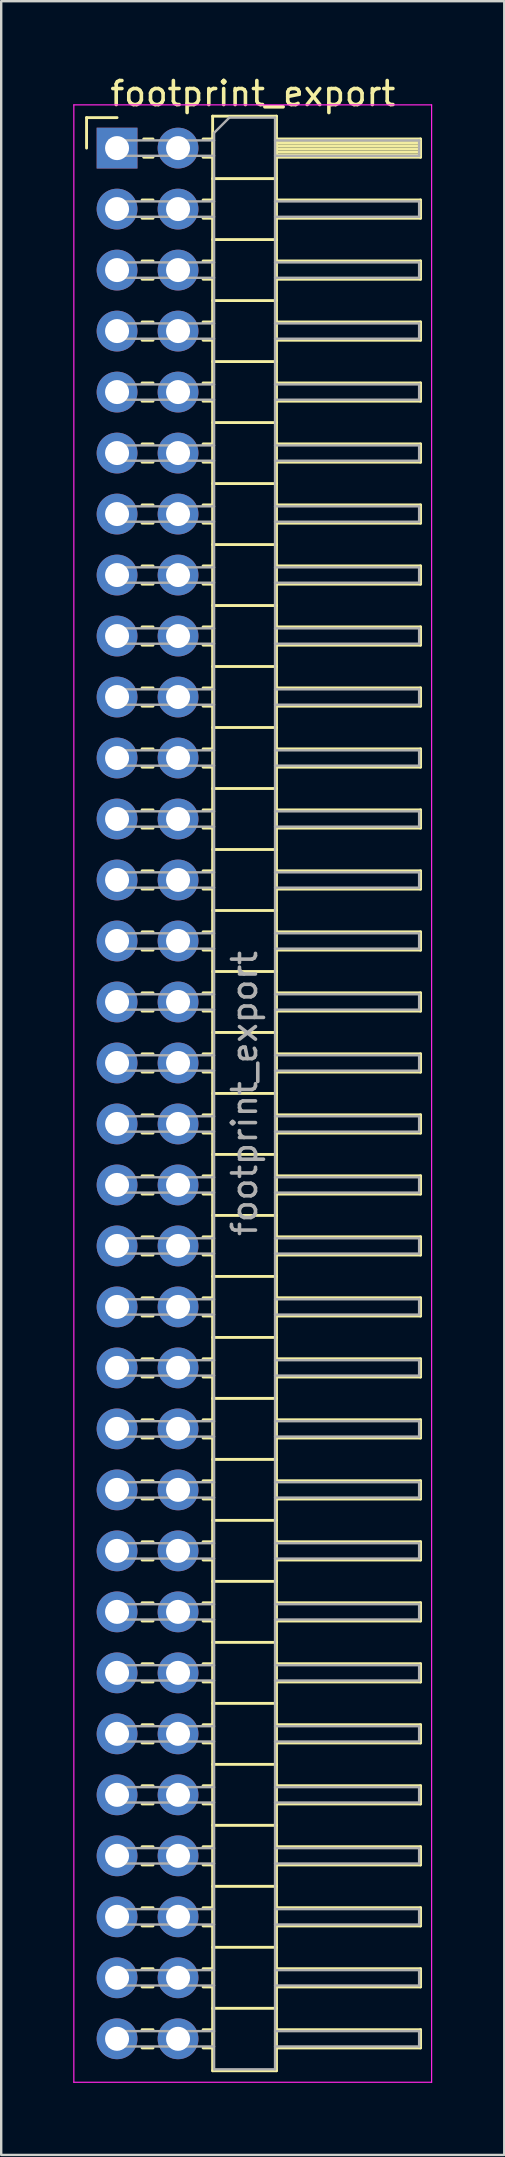
<source format=kicad_pcb>
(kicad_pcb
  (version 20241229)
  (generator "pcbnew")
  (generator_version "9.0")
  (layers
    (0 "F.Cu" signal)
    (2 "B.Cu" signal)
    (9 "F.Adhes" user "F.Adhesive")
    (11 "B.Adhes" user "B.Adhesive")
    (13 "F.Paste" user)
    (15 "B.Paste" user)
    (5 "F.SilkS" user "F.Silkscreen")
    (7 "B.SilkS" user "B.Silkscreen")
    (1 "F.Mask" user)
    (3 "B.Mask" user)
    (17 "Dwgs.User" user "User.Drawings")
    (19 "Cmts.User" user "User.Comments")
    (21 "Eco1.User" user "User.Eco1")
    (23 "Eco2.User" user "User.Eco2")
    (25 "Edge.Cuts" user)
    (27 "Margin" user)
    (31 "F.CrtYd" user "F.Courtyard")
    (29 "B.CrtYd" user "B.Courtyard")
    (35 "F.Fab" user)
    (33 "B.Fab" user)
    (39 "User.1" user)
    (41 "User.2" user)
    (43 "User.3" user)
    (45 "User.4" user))
  (footprint "footprint_export"
    (layer "F.Cu")
    (at 1.825 3.118)
    (property "Reference" "footprint_export" (at 5.655 -2.27 0) (layer "F.SilkS") (effects (font (size 1 1) (thickness 0.15))))
    (attr through_hole)
    (fp_line (start -1.27 -1.27) (end 0 -1.27) (stroke (width 0.12) (type solid)) (layer "F.SilkS"))
    (fp_line (start -1.27 0) (end -1.27 -1.27) (stroke (width 0.12) (type solid)) (layer "F.SilkS"))
    (fp_line (start 1.043 2.16) (end 1.497 2.16) (stroke (width 0.12) (type solid)) (layer "F.SilkS"))
    (fp_line (start 1.043 2.92) (end 1.497 2.92) (stroke (width 0.12) (type solid)) (layer "F.SilkS"))
    (fp_line (start 1.043 4.7) (end 1.497 4.7) (stroke (width 0.12) (type solid)) (layer "F.SilkS"))
    (fp_line (start 1.043 5.46) (end 1.497 5.46) (stroke (width 0.12) (type solid)) (layer "F.SilkS"))
    (fp_line (start 1.043 7.24) (end 1.497 7.24) (stroke (width 0.12) (type solid)) (layer "F.SilkS"))
    (fp_line (start 1.043 8) (end 1.497 8) (stroke (width 0.12) (type solid)) (layer "F.SilkS"))
    (fp_line (start 1.043 9.78) (end 1.497 9.78) (stroke (width 0.12) (type solid)) (layer "F.SilkS"))
    (fp_line (start 1.043 10.54) (end 1.497 10.54) (stroke (width 0.12) (type solid)) (layer "F.SilkS"))
    (fp_line (start 1.043 12.32) (end 1.497 12.32) (stroke (width 0.12) (type solid)) (layer "F.SilkS"))
    (fp_line (start 1.043 13.08) (end 1.497 13.08) (stroke (width 0.12) (type solid)) (layer "F.SilkS"))
    (fp_line (start 1.043 14.86) (end 1.497 14.86) (stroke (width 0.12) (type solid)) (layer "F.SilkS"))
    (fp_line (start 1.043 15.62) (end 1.497 15.62) (stroke (width 0.12) (type solid)) (layer "F.SilkS"))
    (fp_line (start 1.043 17.4) (end 1.497 17.4) (stroke (width 0.12) (type solid)) (layer "F.SilkS"))
    (fp_line (start 1.043 18.16) (end 1.497 18.16) (stroke (width 0.12) (type solid)) (layer "F.SilkS"))
    (fp_line (start 1.043 19.94) (end 1.497 19.94) (stroke (width 0.12) (type solid)) (layer "F.SilkS"))
    (fp_line (start 1.043 20.7) (end 1.497 20.7) (stroke (width 0.12) (type solid)) (layer "F.SilkS"))
    (fp_line (start 1.043 22.48) (end 1.497 22.48) (stroke (width 0.12) (type solid)) (layer "F.SilkS"))
    (fp_line (start 1.043 23.24) (end 1.497 23.24) (stroke (width 0.12) (type solid)) (layer "F.SilkS"))
    (fp_line (start 1.043 25.02) (end 1.497 25.02) (stroke (width 0.12) (type solid)) (layer "F.SilkS"))
    (fp_line (start 1.043 25.78) (end 1.497 25.78) (stroke (width 0.12) (type solid)) (layer "F.SilkS"))
    (fp_line (start 1.043 27.56) (end 1.497 27.56) (stroke (width 0.12) (type solid)) (layer "F.SilkS"))
    (fp_line (start 1.043 28.32) (end 1.497 28.32) (stroke (width 0.12) (type solid)) (layer "F.SilkS"))
    (fp_line (start 1.043 30.1) (end 1.497 30.1) (stroke (width 0.12) (type solid)) (layer "F.SilkS"))
    (fp_line (start 1.043 30.86) (end 1.497 30.86) (stroke (width 0.12) (type solid)) (layer "F.SilkS"))
    (fp_line (start 1.043 32.64) (end 1.497 32.64) (stroke (width 0.12) (type solid)) (layer "F.SilkS"))
    (fp_line (start 1.043 33.4) (end 1.497 33.4) (stroke (width 0.12) (type solid)) (layer "F.SilkS"))
    (fp_line (start 1.043 35.18) (end 1.497 35.18) (stroke (width 0.12) (type solid)) (layer "F.SilkS"))
    (fp_line (start 1.043 35.94) (end 1.497 35.94) (stroke (width 0.12) (type solid)) (layer "F.SilkS"))
    (fp_line (start 1.043 37.72) (end 1.497 37.72) (stroke (width 0.12) (type solid)) (layer "F.SilkS"))
    (fp_line (start 1.043 38.48) (end 1.497 38.48) (stroke (width 0.12) (type solid)) (layer "F.SilkS"))
    (fp_line (start 1.043 40.26) (end 1.497 40.26) (stroke (width 0.12) (type solid)) (layer "F.SilkS"))
    (fp_line (start 1.043 41.02) (end 1.497 41.02) (stroke (width 0.12) (type solid)) (layer "F.SilkS"))
    (fp_line (start 1.043 42.8) (end 1.497 42.8) (stroke (width 0.12) (type solid)) (layer "F.SilkS"))
    (fp_line (start 1.043 43.56) (end 1.497 43.56) (stroke (width 0.12) (type solid)) (layer "F.SilkS"))
    (fp_line (start 1.043 45.34) (end 1.497 45.34) (stroke (width 0.12) (type solid)) (layer "F.SilkS"))
    (fp_line (start 1.043 46.1) (end 1.497 46.1) (stroke (width 0.12) (type solid)) (layer "F.SilkS"))
    (fp_line (start 1.043 47.88) (end 1.497 47.88) (stroke (width 0.12) (type solid)) (layer "F.SilkS"))
    (fp_line (start 1.043 48.64) (end 1.497 48.64) (stroke (width 0.12) (type solid)) (layer "F.SilkS"))
    (fp_line (start 1.043 50.42) (end 1.497 50.42) (stroke (width 0.12) (type solid)) (layer "F.SilkS"))
    (fp_line (start 1.043 51.18) (end 1.497 51.18) (stroke (width 0.12) (type solid)) (layer "F.SilkS"))
    (fp_line (start 1.043 52.96) (end 1.497 52.96) (stroke (width 0.12) (type solid)) (layer "F.SilkS"))
    (fp_line (start 1.043 53.72) (end 1.497 53.72) (stroke (width 0.12) (type solid)) (layer "F.SilkS"))
    (fp_line (start 1.043 55.5) (end 1.497 55.5) (stroke (width 0.12) (type solid)) (layer "F.SilkS"))
    (fp_line (start 1.043 56.26) (end 1.497 56.26) (stroke (width 0.12) (type solid)) (layer "F.SilkS"))
    (fp_line (start 1.043 58.04) (end 1.497 58.04) (stroke (width 0.12) (type solid)) (layer "F.SilkS"))
    (fp_line (start 1.043 58.8) (end 1.497 58.8) (stroke (width 0.12) (type solid)) (layer "F.SilkS"))
    (fp_line (start 1.043 60.58) (end 1.497 60.58) (stroke (width 0.12) (type solid)) (layer "F.SilkS"))
    (fp_line (start 1.043 61.34) (end 1.497 61.34) (stroke (width 0.12) (type solid)) (layer "F.SilkS"))
    (fp_line (start 1.043 63.12) (end 1.497 63.12) (stroke (width 0.12) (type solid)) (layer "F.SilkS"))
    (fp_line (start 1.043 63.88) (end 1.497 63.88) (stroke (width 0.12) (type solid)) (layer "F.SilkS"))
    (fp_line (start 1.043 65.66) (end 1.497 65.66) (stroke (width 0.12) (type solid)) (layer "F.SilkS"))
    (fp_line (start 1.043 66.42) (end 1.497 66.42) (stroke (width 0.12) (type solid)) (layer "F.SilkS"))
    (fp_line (start 1.043 68.2) (end 1.497 68.2) (stroke (width 0.12) (type solid)) (layer "F.SilkS"))
    (fp_line (start 1.043 68.96) (end 1.497 68.96) (stroke (width 0.12) (type solid)) (layer "F.SilkS"))
    (fp_line (start 1.043 70.74) (end 1.497 70.74) (stroke (width 0.12) (type solid)) (layer "F.SilkS"))
    (fp_line (start 1.043 71.5) (end 1.497 71.5) (stroke (width 0.12) (type solid)) (layer "F.SilkS"))
    (fp_line (start 1.043 73.28) (end 1.497 73.28) (stroke (width 0.12) (type solid)) (layer "F.SilkS"))
    (fp_line (start 1.043 74.04) (end 1.497 74.04) (stroke (width 0.12) (type solid)) (layer "F.SilkS"))
    (fp_line (start 1.043 75.82) (end 1.497 75.82) (stroke (width 0.12) (type solid)) (layer "F.SilkS"))
    (fp_line (start 1.043 76.58) (end 1.497 76.58) (stroke (width 0.12) (type solid)) (layer "F.SilkS"))
    (fp_line (start 1.043 78.36) (end 1.497 78.36) (stroke (width 0.12) (type solid)) (layer "F.SilkS"))
    (fp_line (start 1.043 79.12) (end 1.497 79.12) (stroke (width 0.12) (type solid)) (layer "F.SilkS"))
    (fp_line (start 1.11 -0.38) (end 1.497 -0.38) (stroke (width 0.12) (type solid)) (layer "F.SilkS"))
    (fp_line (start 1.11 0.38) (end 1.497 0.38) (stroke (width 0.12) (type solid)) (layer "F.SilkS"))
    (fp_line (start 3.583 -0.38) (end 3.98 -0.38) (stroke (width 0.12) (type solid)) (layer "F.SilkS"))
    (fp_line (start 3.583 0.38) (end 3.98 0.38) (stroke (width 0.12) (type solid)) (layer "F.SilkS"))
    (fp_line (start 3.583 2.16) (end 3.98 2.16) (stroke (width 0.12) (type solid)) (layer "F.SilkS"))
    (fp_line (start 3.583 2.92) (end 3.98 2.92) (stroke (width 0.12) (type solid)) (layer "F.SilkS"))
    (fp_line (start 3.583 4.7) (end 3.98 4.7) (stroke (width 0.12) (type solid)) (layer "F.SilkS"))
    (fp_line (start 3.583 5.46) (end 3.98 5.46) (stroke (width 0.12) (type solid)) (layer "F.SilkS"))
    (fp_line (start 3.583 7.24) (end 3.98 7.24) (stroke (width 0.12) (type solid)) (layer "F.SilkS"))
    (fp_line (start 3.583 8) (end 3.98 8) (stroke (width 0.12) (type solid)) (layer "F.SilkS"))
    (fp_line (start 3.583 9.78) (end 3.98 9.78) (stroke (width 0.12) (type solid)) (layer "F.SilkS"))
    (fp_line (start 3.583 10.54) (end 3.98 10.54) (stroke (width 0.12) (type solid)) (layer "F.SilkS"))
    (fp_line (start 3.583 12.32) (end 3.98 12.32) (stroke (width 0.12) (type solid)) (layer "F.SilkS"))
    (fp_line (start 3.583 13.08) (end 3.98 13.08) (stroke (width 0.12) (type solid)) (layer "F.SilkS"))
    (fp_line (start 3.583 14.86) (end 3.98 14.86) (stroke (width 0.12) (type solid)) (layer "F.SilkS"))
    (fp_line (start 3.583 15.62) (end 3.98 15.62) (stroke (width 0.12) (type solid)) (layer "F.SilkS"))
    (fp_line (start 3.583 17.4) (end 3.98 17.4) (stroke (width 0.12) (type solid)) (layer "F.SilkS"))
    (fp_line (start 3.583 18.16) (end 3.98 18.16) (stroke (width 0.12) (type solid)) (layer "F.SilkS"))
    (fp_line (start 3.583 19.94) (end 3.98 19.94) (stroke (width 0.12) (type solid)) (layer "F.SilkS"))
    (fp_line (start 3.583 20.7) (end 3.98 20.7) (stroke (width 0.12) (type solid)) (layer "F.SilkS"))
    (fp_line (start 3.583 22.48) (end 3.98 22.48) (stroke (width 0.12) (type solid)) (layer "F.SilkS"))
    (fp_line (start 3.583 23.24) (end 3.98 23.24) (stroke (width 0.12) (type solid)) (layer "F.SilkS"))
    (fp_line (start 3.583 25.02) (end 3.98 25.02) (stroke (width 0.12) (type solid)) (layer "F.SilkS"))
    (fp_line (start 3.583 25.78) (end 3.98 25.78) (stroke (width 0.12) (type solid)) (layer "F.SilkS"))
    (fp_line (start 3.583 27.56) (end 3.98 27.56) (stroke (width 0.12) (type solid)) (layer "F.SilkS"))
    (fp_line (start 3.583 28.32) (end 3.98 28.32) (stroke (width 0.12) (type solid)) (layer "F.SilkS"))
    (fp_line (start 3.583 30.1) (end 3.98 30.1) (stroke (width 0.12) (type solid)) (layer "F.SilkS"))
    (fp_line (start 3.583 30.86) (end 3.98 30.86) (stroke (width 0.12) (type solid)) (layer "F.SilkS"))
    (fp_line (start 3.583 32.64) (end 3.98 32.64) (stroke (width 0.12) (type solid)) (layer "F.SilkS"))
    (fp_line (start 3.583 33.4) (end 3.98 33.4) (stroke (width 0.12) (type solid)) (layer "F.SilkS"))
    (fp_line (start 3.583 35.18) (end 3.98 35.18) (stroke (width 0.12) (type solid)) (layer "F.SilkS"))
    (fp_line (start 3.583 35.94) (end 3.98 35.94) (stroke (width 0.12) (type solid)) (layer "F.SilkS"))
    (fp_line (start 3.583 37.72) (end 3.98 37.72) (stroke (width 0.12) (type solid)) (layer "F.SilkS"))
    (fp_line (start 3.583 38.48) (end 3.98 38.48) (stroke (width 0.12) (type solid)) (layer "F.SilkS"))
    (fp_line (start 3.583 40.26) (end 3.98 40.26) (stroke (width 0.12) (type solid)) (layer "F.SilkS"))
    (fp_line (start 3.583 41.02) (end 3.98 41.02) (stroke (width 0.12) (type solid)) (layer "F.SilkS"))
    (fp_line (start 3.583 42.8) (end 3.98 42.8) (stroke (width 0.12) (type solid)) (layer "F.SilkS"))
    (fp_line (start 3.583 43.56) (end 3.98 43.56) (stroke (width 0.12) (type solid)) (layer "F.SilkS"))
    (fp_line (start 3.583 45.34) (end 3.98 45.34) (stroke (width 0.12) (type solid)) (layer "F.SilkS"))
    (fp_line (start 3.583 46.1) (end 3.98 46.1) (stroke (width 0.12) (type solid)) (layer "F.SilkS"))
    (fp_line (start 3.583 47.88) (end 3.98 47.88) (stroke (width 0.12) (type solid)) (layer "F.SilkS"))
    (fp_line (start 3.583 48.64) (end 3.98 48.64) (stroke (width 0.12) (type solid)) (layer "F.SilkS"))
    (fp_line (start 3.583 50.42) (end 3.98 50.42) (stroke (width 0.12) (type solid)) (layer "F.SilkS"))
    (fp_line (start 3.583 51.18) (end 3.98 51.18) (stroke (width 0.12) (type solid)) (layer "F.SilkS"))
    (fp_line (start 3.583 52.96) (end 3.98 52.96) (stroke (width 0.12) (type solid)) (layer "F.SilkS"))
    (fp_line (start 3.583 53.72) (end 3.98 53.72) (stroke (width 0.12) (type solid)) (layer "F.SilkS"))
    (fp_line (start 3.583 55.5) (end 3.98 55.5) (stroke (width 0.12) (type solid)) (layer "F.SilkS"))
    (fp_line (start 3.583 56.26) (end 3.98 56.26) (stroke (width 0.12) (type solid)) (layer "F.SilkS"))
    (fp_line (start 3.583 58.04) (end 3.98 58.04) (stroke (width 0.12) (type solid)) (layer "F.SilkS"))
    (fp_line (start 3.583 58.8) (end 3.98 58.8) (stroke (width 0.12) (type solid)) (layer "F.SilkS"))
    (fp_line (start 3.583 60.58) (end 3.98 60.58) (stroke (width 0.12) (type solid)) (layer "F.SilkS"))
    (fp_line (start 3.583 61.34) (end 3.98 61.34) (stroke (width 0.12) (type solid)) (layer "F.SilkS"))
    (fp_line (start 3.583 63.12) (end 3.98 63.12) (stroke (width 0.12) (type solid)) (layer "F.SilkS"))
    (fp_line (start 3.583 63.88) (end 3.98 63.88) (stroke (width 0.12) (type solid)) (layer "F.SilkS"))
    (fp_line (start 3.583 65.66) (end 3.98 65.66) (stroke (width 0.12) (type solid)) (layer "F.SilkS"))
    (fp_line (start 3.583 66.42) (end 3.98 66.42) (stroke (width 0.12) (type solid)) (layer "F.SilkS"))
    (fp_line (start 3.583 68.2) (end 3.98 68.2) (stroke (width 0.12) (type solid)) (layer "F.SilkS"))
    (fp_line (start 3.583 68.96) (end 3.98 68.96) (stroke (width 0.12) (type solid)) (layer "F.SilkS"))
    (fp_line (start 3.583 70.74) (end 3.98 70.74) (stroke (width 0.12) (type solid)) (layer "F.SilkS"))
    (fp_line (start 3.583 71.5) (end 3.98 71.5) (stroke (width 0.12) (type solid)) (layer "F.SilkS"))
    (fp_line (start 3.583 73.28) (end 3.98 73.28) (stroke (width 0.12) (type solid)) (layer "F.SilkS"))
    (fp_line (start 3.583 74.04) (end 3.98 74.04) (stroke (width 0.12) (type solid)) (layer "F.SilkS"))
    (fp_line (start 3.583 75.82) (end 3.98 75.82) (stroke (width 0.12) (type solid)) (layer "F.SilkS"))
    (fp_line (start 3.583 76.58) (end 3.98 76.58) (stroke (width 0.12) (type solid)) (layer "F.SilkS"))
    (fp_line (start 3.583 78.36) (end 3.98 78.36) (stroke (width 0.12) (type solid)) (layer "F.SilkS"))
    (fp_line (start 3.583 79.12) (end 3.98 79.12) (stroke (width 0.12) (type solid)) (layer "F.SilkS"))
    (fp_line (start 3.98 -1.33) (end 3.98 80.07) (stroke (width 0.12) (type solid)) (layer "F.SilkS"))
    (fp_line (start 3.98 1.27) (end 6.64 1.27) (stroke (width 0.12) (type solid)) (layer "F.SilkS"))
    (fp_line (start 3.98 3.81) (end 6.64 3.81) (stroke (width 0.12) (type solid)) (layer "F.SilkS"))
    (fp_line (start 3.98 6.35) (end 6.64 6.35) (stroke (width 0.12) (type solid)) (layer "F.SilkS"))
    (fp_line (start 3.98 8.89) (end 6.64 8.89) (stroke (width 0.12) (type solid)) (layer "F.SilkS"))
    (fp_line (start 3.98 11.43) (end 6.64 11.43) (stroke (width 0.12) (type solid)) (layer "F.SilkS"))
    (fp_line (start 3.98 13.97) (end 6.64 13.97) (stroke (width 0.12) (type solid)) (layer "F.SilkS"))
    (fp_line (start 3.98 16.51) (end 6.64 16.51) (stroke (width 0.12) (type solid)) (layer "F.SilkS"))
    (fp_line (start 3.98 19.05) (end 6.64 19.05) (stroke (width 0.12) (type solid)) (layer "F.SilkS"))
    (fp_line (start 3.98 21.59) (end 6.64 21.59) (stroke (width 0.12) (type solid)) (layer "F.SilkS"))
    (fp_line (start 3.98 24.13) (end 6.64 24.13) (stroke (width 0.12) (type solid)) (layer "F.SilkS"))
    (fp_line (start 3.98 26.67) (end 6.64 26.67) (stroke (width 0.12) (type solid)) (layer "F.SilkS"))
    (fp_line (start 3.98 29.21) (end 6.64 29.21) (stroke (width 0.12) (type solid)) (layer "F.SilkS"))
    (fp_line (start 3.98 31.75) (end 6.64 31.75) (stroke (width 0.12) (type solid)) (layer "F.SilkS"))
    (fp_line (start 3.98 34.29) (end 6.64 34.29) (stroke (width 0.12) (type solid)) (layer "F.SilkS"))
    (fp_line (start 3.98 36.83) (end 6.64 36.83) (stroke (width 0.12) (type solid)) (layer "F.SilkS"))
    (fp_line (start 3.98 39.37) (end 6.64 39.37) (stroke (width 0.12) (type solid)) (layer "F.SilkS"))
    (fp_line (start 3.98 41.91) (end 6.64 41.91) (stroke (width 0.12) (type solid)) (layer "F.SilkS"))
    (fp_line (start 3.98 44.45) (end 6.64 44.45) (stroke (width 0.12) (type solid)) (layer "F.SilkS"))
    (fp_line (start 3.98 46.99) (end 6.64 46.99) (stroke (width 0.12) (type solid)) (layer "F.SilkS"))
    (fp_line (start 3.98 49.53) (end 6.64 49.53) (stroke (width 0.12) (type solid)) (layer "F.SilkS"))
    (fp_line (start 3.98 52.07) (end 6.64 52.07) (stroke (width 0.12) (type solid)) (layer "F.SilkS"))
    (fp_line (start 3.98 54.61) (end 6.64 54.61) (stroke (width 0.12) (type solid)) (layer "F.SilkS"))
    (fp_line (start 3.98 57.15) (end 6.64 57.15) (stroke (width 0.12) (type solid)) (layer "F.SilkS"))
    (fp_line (start 3.98 59.69) (end 6.64 59.69) (stroke (width 0.12) (type solid)) (layer "F.SilkS"))
    (fp_line (start 3.98 62.23) (end 6.64 62.23) (stroke (width 0.12) (type solid)) (layer "F.SilkS"))
    (fp_line (start 3.98 64.77) (end 6.64 64.77) (stroke (width 0.12) (type solid)) (layer "F.SilkS"))
    (fp_line (start 3.98 67.31) (end 6.64 67.31) (stroke (width 0.12) (type solid)) (layer "F.SilkS"))
    (fp_line (start 3.98 69.85) (end 6.64 69.85) (stroke (width 0.12) (type solid)) (layer "F.SilkS"))
    (fp_line (start 3.98 72.39) (end 6.64 72.39) (stroke (width 0.12) (type solid)) (layer "F.SilkS"))
    (fp_line (start 3.98 74.93) (end 6.64 74.93) (stroke (width 0.12) (type solid)) (layer "F.SilkS"))
    (fp_line (start 3.98 77.47) (end 6.64 77.47) (stroke (width 0.12) (type solid)) (layer "F.SilkS"))
    (fp_line (start 3.98 80.07) (end 6.64 80.07) (stroke (width 0.12) (type solid)) (layer "F.SilkS"))
    (fp_line (start 6.64 -1.33) (end 3.98 -1.33) (stroke (width 0.12) (type solid)) (layer "F.SilkS"))
    (fp_line (start 6.64 -0.38) (end 12.64 -0.38) (stroke (width 0.12) (type solid)) (layer "F.SilkS"))
    (fp_line (start 6.64 -0.32) (end 12.64 -0.32) (stroke (width 0.12) (type solid)) (layer "F.SilkS"))
    (fp_line (start 6.64 -0.2) (end 12.64 -0.2) (stroke (width 0.12) (type solid)) (layer "F.SilkS"))
    (fp_line (start 6.64 -0.08) (end 12.64 -0.08) (stroke (width 0.12) (type solid)) (layer "F.SilkS"))
    (fp_line (start 6.64 0.04) (end 12.64 0.04) (stroke (width 0.12) (type solid)) (layer "F.SilkS"))
    (fp_line (start 6.64 0.16) (end 12.64 0.16) (stroke (width 0.12) (type solid)) (layer "F.SilkS"))
    (fp_line (start 6.64 0.28) (end 12.64 0.28) (stroke (width 0.12) (type solid)) (layer "F.SilkS"))
    (fp_line (start 6.64 2.16) (end 12.64 2.16) (stroke (width 0.12) (type solid)) (layer "F.SilkS"))
    (fp_line (start 6.64 4.7) (end 12.64 4.7) (stroke (width 0.12) (type solid)) (layer "F.SilkS"))
    (fp_line (start 6.64 7.24) (end 12.64 7.24) (stroke (width 0.12) (type solid)) (layer "F.SilkS"))
    (fp_line (start 6.64 9.78) (end 12.64 9.78) (stroke (width 0.12) (type solid)) (layer "F.SilkS"))
    (fp_line (start 6.64 12.32) (end 12.64 12.32) (stroke (width 0.12) (type solid)) (layer "F.SilkS"))
    (fp_line (start 6.64 14.86) (end 12.64 14.86) (stroke (width 0.12) (type solid)) (layer "F.SilkS"))
    (fp_line (start 6.64 17.4) (end 12.64 17.4) (stroke (width 0.12) (type solid)) (layer "F.SilkS"))
    (fp_line (start 6.64 19.94) (end 12.64 19.94) (stroke (width 0.12) (type solid)) (layer "F.SilkS"))
    (fp_line (start 6.64 22.48) (end 12.64 22.48) (stroke (width 0.12) (type solid)) (layer "F.SilkS"))
    (fp_line (start 6.64 25.02) (end 12.64 25.02) (stroke (width 0.12) (type solid)) (layer "F.SilkS"))
    (fp_line (start 6.64 27.56) (end 12.64 27.56) (stroke (width 0.12) (type solid)) (layer "F.SilkS"))
    (fp_line (start 6.64 30.1) (end 12.64 30.1) (stroke (width 0.12) (type solid)) (layer "F.SilkS"))
    (fp_line (start 6.64 32.64) (end 12.64 32.64) (stroke (width 0.12) (type solid)) (layer "F.SilkS"))
    (fp_line (start 6.64 35.18) (end 12.64 35.18) (stroke (width 0.12) (type solid)) (layer "F.SilkS"))
    (fp_line (start 6.64 37.72) (end 12.64 37.72) (stroke (width 0.12) (type solid)) (layer "F.SilkS"))
    (fp_line (start 6.64 40.26) (end 12.64 40.26) (stroke (width 0.12) (type solid)) (layer "F.SilkS"))
    (fp_line (start 6.64 42.8) (end 12.64 42.8) (stroke (width 0.12) (type solid)) (layer "F.SilkS"))
    (fp_line (start 6.64 45.34) (end 12.64 45.34) (stroke (width 0.12) (type solid)) (layer "F.SilkS"))
    (fp_line (start 6.64 47.88) (end 12.64 47.88) (stroke (width 0.12) (type solid)) (layer "F.SilkS"))
    (fp_line (start 6.64 50.42) (end 12.64 50.42) (stroke (width 0.12) (type solid)) (layer "F.SilkS"))
    (fp_line (start 6.64 52.96) (end 12.64 52.96) (stroke (width 0.12) (type solid)) (layer "F.SilkS"))
    (fp_line (start 6.64 55.5) (end 12.64 55.5) (stroke (width 0.12) (type solid)) (layer "F.SilkS"))
    (fp_line (start 6.64 58.04) (end 12.64 58.04) (stroke (width 0.12) (type solid)) (layer "F.SilkS"))
    (fp_line (start 6.64 60.58) (end 12.64 60.58) (stroke (width 0.12) (type solid)) (layer "F.SilkS"))
    (fp_line (start 6.64 63.12) (end 12.64 63.12) (stroke (width 0.12) (type solid)) (layer "F.SilkS"))
    (fp_line (start 6.64 65.66) (end 12.64 65.66) (stroke (width 0.12) (type solid)) (layer "F.SilkS"))
    (fp_line (start 6.64 68.2) (end 12.64 68.2) (stroke (width 0.12) (type solid)) (layer "F.SilkS"))
    (fp_line (start 6.64 70.74) (end 12.64 70.74) (stroke (width 0.12) (type solid)) (layer "F.SilkS"))
    (fp_line (start 6.64 73.28) (end 12.64 73.28) (stroke (width 0.12) (type solid)) (layer "F.SilkS"))
    (fp_line (start 6.64 75.82) (end 12.64 75.82) (stroke (width 0.12) (type solid)) (layer "F.SilkS"))
    (fp_line (start 6.64 78.36) (end 12.64 78.36) (stroke (width 0.12) (type solid)) (layer "F.SilkS"))
    (fp_line (start 6.64 80.07) (end 6.64 -1.33) (stroke (width 0.12) (type solid)) (layer "F.SilkS"))
    (fp_line (start 12.64 -0.38) (end 12.64 0.38) (stroke (width 0.12) (type solid)) (layer "F.SilkS"))
    (fp_line (start 12.64 0.38) (end 6.64 0.38) (stroke (width 0.12) (type solid)) (layer "F.SilkS"))
    (fp_line (start 12.64 2.16) (end 12.64 2.92) (stroke (width 0.12) (type solid)) (layer "F.SilkS"))
    (fp_line (start 12.64 2.92) (end 6.64 2.92) (stroke (width 0.12) (type solid)) (layer "F.SilkS"))
    (fp_line (start 12.64 4.7) (end 12.64 5.46) (stroke (width 0.12) (type solid)) (layer "F.SilkS"))
    (fp_line (start 12.64 5.46) (end 6.64 5.46) (stroke (width 0.12) (type solid)) (layer "F.SilkS"))
    (fp_line (start 12.64 7.24) (end 12.64 8) (stroke (width 0.12) (type solid)) (layer "F.SilkS"))
    (fp_line (start 12.64 8) (end 6.64 8) (stroke (width 0.12) (type solid)) (layer "F.SilkS"))
    (fp_line (start 12.64 9.78) (end 12.64 10.54) (stroke (width 0.12) (type solid)) (layer "F.SilkS"))
    (fp_line (start 12.64 10.54) (end 6.64 10.54) (stroke (width 0.12) (type solid)) (layer "F.SilkS"))
    (fp_line (start 12.64 12.32) (end 12.64 13.08) (stroke (width 0.12) (type solid)) (layer "F.SilkS"))
    (fp_line (start 12.64 13.08) (end 6.64 13.08) (stroke (width 0.12) (type solid)) (layer "F.SilkS"))
    (fp_line (start 12.64 14.86) (end 12.64 15.62) (stroke (width 0.12) (type solid)) (layer "F.SilkS"))
    (fp_line (start 12.64 15.62) (end 6.64 15.62) (stroke (width 0.12) (type solid)) (layer "F.SilkS"))
    (fp_line (start 12.64 17.4) (end 12.64 18.16) (stroke (width 0.12) (type solid)) (layer "F.SilkS"))
    (fp_line (start 12.64 18.16) (end 6.64 18.16) (stroke (width 0.12) (type solid)) (layer "F.SilkS"))
    (fp_line (start 12.64 19.94) (end 12.64 20.7) (stroke (width 0.12) (type solid)) (layer "F.SilkS"))
    (fp_line (start 12.64 20.7) (end 6.64 20.7) (stroke (width 0.12) (type solid)) (layer "F.SilkS"))
    (fp_line (start 12.64 22.48) (end 12.64 23.24) (stroke (width 0.12) (type solid)) (layer "F.SilkS"))
    (fp_line (start 12.64 23.24) (end 6.64 23.24) (stroke (width 0.12) (type solid)) (layer "F.SilkS"))
    (fp_line (start 12.64 25.02) (end 12.64 25.78) (stroke (width 0.12) (type solid)) (layer "F.SilkS"))
    (fp_line (start 12.64 25.78) (end 6.64 25.78) (stroke (width 0.12) (type solid)) (layer "F.SilkS"))
    (fp_line (start 12.64 27.56) (end 12.64 28.32) (stroke (width 0.12) (type solid)) (layer "F.SilkS"))
    (fp_line (start 12.64 28.32) (end 6.64 28.32) (stroke (width 0.12) (type solid)) (layer "F.SilkS"))
    (fp_line (start 12.64 30.1) (end 12.64 30.86) (stroke (width 0.12) (type solid)) (layer "F.SilkS"))
    (fp_line (start 12.64 30.86) (end 6.64 30.86) (stroke (width 0.12) (type solid)) (layer "F.SilkS"))
    (fp_line (start 12.64 32.64) (end 12.64 33.4) (stroke (width 0.12) (type solid)) (layer "F.SilkS"))
    (fp_line (start 12.64 33.4) (end 6.64 33.4) (stroke (width 0.12) (type solid)) (layer "F.SilkS"))
    (fp_line (start 12.64 35.18) (end 12.64 35.94) (stroke (width 0.12) (type solid)) (layer "F.SilkS"))
    (fp_line (start 12.64 35.94) (end 6.64 35.94) (stroke (width 0.12) (type solid)) (layer "F.SilkS"))
    (fp_line (start 12.64 37.72) (end 12.64 38.48) (stroke (width 0.12) (type solid)) (layer "F.SilkS"))
    (fp_line (start 12.64 38.48) (end 6.64 38.48) (stroke (width 0.12) (type solid)) (layer "F.SilkS"))
    (fp_line (start 12.64 40.26) (end 12.64 41.02) (stroke (width 0.12) (type solid)) (layer "F.SilkS"))
    (fp_line (start 12.64 41.02) (end 6.64 41.02) (stroke (width 0.12) (type solid)) (layer "F.SilkS"))
    (fp_line (start 12.64 42.8) (end 12.64 43.56) (stroke (width 0.12) (type solid)) (layer "F.SilkS"))
    (fp_line (start 12.64 43.56) (end 6.64 43.56) (stroke (width 0.12) (type solid)) (layer "F.SilkS"))
    (fp_line (start 12.64 45.34) (end 12.64 46.1) (stroke (width 0.12) (type solid)) (layer "F.SilkS"))
    (fp_line (start 12.64 46.1) (end 6.64 46.1) (stroke (width 0.12) (type solid)) (layer "F.SilkS"))
    (fp_line (start 12.64 47.88) (end 12.64 48.64) (stroke (width 0.12) (type solid)) (layer "F.SilkS"))
    (fp_line (start 12.64 48.64) (end 6.64 48.64) (stroke (width 0.12) (type solid)) (layer "F.SilkS"))
    (fp_line (start 12.64 50.42) (end 12.64 51.18) (stroke (width 0.12) (type solid)) (layer "F.SilkS"))
    (fp_line (start 12.64 51.18) (end 6.64 51.18) (stroke (width 0.12) (type solid)) (layer "F.SilkS"))
    (fp_line (start 12.64 52.96) (end 12.64 53.72) (stroke (width 0.12) (type solid)) (layer "F.SilkS"))
    (fp_line (start 12.64 53.72) (end 6.64 53.72) (stroke (width 0.12) (type solid)) (layer "F.SilkS"))
    (fp_line (start 12.64 55.5) (end 12.64 56.26) (stroke (width 0.12) (type solid)) (layer "F.SilkS"))
    (fp_line (start 12.64 56.26) (end 6.64 56.26) (stroke (width 0.12) (type solid)) (layer "F.SilkS"))
    (fp_line (start 12.64 58.04) (end 12.64 58.8) (stroke (width 0.12) (type solid)) (layer "F.SilkS"))
    (fp_line (start 12.64 58.8) (end 6.64 58.8) (stroke (width 0.12) (type solid)) (layer "F.SilkS"))
    (fp_line (start 12.64 60.58) (end 12.64 61.34) (stroke (width 0.12) (type solid)) (layer "F.SilkS"))
    (fp_line (start 12.64 61.34) (end 6.64 61.34) (stroke (width 0.12) (type solid)) (layer "F.SilkS"))
    (fp_line (start 12.64 63.12) (end 12.64 63.88) (stroke (width 0.12) (type solid)) (layer "F.SilkS"))
    (fp_line (start 12.64 63.88) (end 6.64 63.88) (stroke (width 0.12) (type solid)) (layer "F.SilkS"))
    (fp_line (start 12.64 65.66) (end 12.64 66.42) (stroke (width 0.12) (type solid)) (layer "F.SilkS"))
    (fp_line (start 12.64 66.42) (end 6.64 66.42) (stroke (width 0.12) (type solid)) (layer "F.SilkS"))
    (fp_line (start 12.64 68.2) (end 12.64 68.96) (stroke (width 0.12) (type solid)) (layer "F.SilkS"))
    (fp_line (start 12.64 68.96) (end 6.64 68.96) (stroke (width 0.12) (type solid)) (layer "F.SilkS"))
    (fp_line (start 12.64 70.74) (end 12.64 71.5) (stroke (width 0.12) (type solid)) (layer "F.SilkS"))
    (fp_line (start 12.64 71.5) (end 6.64 71.5) (stroke (width 0.12) (type solid)) (layer "F.SilkS"))
    (fp_line (start 12.64 73.28) (end 12.64 74.04) (stroke (width 0.12) (type solid)) (layer "F.SilkS"))
    (fp_line (start 12.64 74.04) (end 6.64 74.04) (stroke (width 0.12) (type solid)) (layer "F.SilkS"))
    (fp_line (start 12.64 75.82) (end 12.64 76.58) (stroke (width 0.12) (type solid)) (layer "F.SilkS"))
    (fp_line (start 12.64 76.58) (end 6.64 76.58) (stroke (width 0.12) (type solid)) (layer "F.SilkS"))
    (fp_line (start 12.64 78.36) (end 12.64 79.12) (stroke (width 0.12) (type solid)) (layer "F.SilkS"))
    (fp_line (start 12.64 79.12) (end 6.64 79.12) (stroke (width 0.12) (type solid)) (layer "F.SilkS"))
    (fp_line (start -1.8 -1.8) (end -1.8 80.55) (stroke (width 0.05) (type solid)) (layer "F.CrtYd"))
    (fp_line (start -1.8 80.55) (end 13.1 80.55) (stroke (width 0.05) (type solid)) (layer "F.CrtYd"))
    (fp_line (start 13.1 -1.8) (end -1.8 -1.8) (stroke (width 0.05) (type solid)) (layer "F.CrtYd"))
    (fp_line (start 13.1 80.55) (end 13.1 -1.8) (stroke (width 0.05) (type solid)) (layer "F.CrtYd"))
    (fp_line (start -0.32 -0.32) (end -0.32 0.32) (stroke (width 0.1) (type solid)) (layer "F.Fab"))
    (fp_line (start -0.32 -0.32) (end 4.04 -0.32) (stroke (width 0.1) (type solid)) (layer "F.Fab"))
    (fp_line (start -0.32 0.32) (end 4.04 0.32) (stroke (width 0.1) (type solid)) (layer "F.Fab"))
    (fp_line (start -0.32 2.22) (end -0.32 2.86) (stroke (width 0.1) (type solid)) (layer "F.Fab"))
    (fp_line (start -0.32 2.22) (end 4.04 2.22) (stroke (width 0.1) (type solid)) (layer "F.Fab"))
    (fp_line (start -0.32 2.86) (end 4.04 2.86) (stroke (width 0.1) (type solid)) (layer "F.Fab"))
    (fp_line (start -0.32 4.76) (end -0.32 5.4) (stroke (width 0.1) (type solid)) (layer "F.Fab"))
    (fp_line (start -0.32 4.76) (end 4.04 4.76) (stroke (width 0.1) (type solid)) (layer "F.Fab"))
    (fp_line (start -0.32 5.4) (end 4.04 5.4) (stroke (width 0.1) (type solid)) (layer "F.Fab"))
    (fp_line (start -0.32 7.3) (end -0.32 7.94) (stroke (width 0.1) (type solid)) (layer "F.Fab"))
    (fp_line (start -0.32 7.3) (end 4.04 7.3) (stroke (width 0.1) (type solid)) (layer "F.Fab"))
    (fp_line (start -0.32 7.94) (end 4.04 7.94) (stroke (width 0.1) (type solid)) (layer "F.Fab"))
    (fp_line (start -0.32 9.84) (end -0.32 10.48) (stroke (width 0.1) (type solid)) (layer "F.Fab"))
    (fp_line (start -0.32 9.84) (end 4.04 9.84) (stroke (width 0.1) (type solid)) (layer "F.Fab"))
    (fp_line (start -0.32 10.48) (end 4.04 10.48) (stroke (width 0.1) (type solid)) (layer "F.Fab"))
    (fp_line (start -0.32 12.38) (end -0.32 13.02) (stroke (width 0.1) (type solid)) (layer "F.Fab"))
    (fp_line (start -0.32 12.38) (end 4.04 12.38) (stroke (width 0.1) (type solid)) (layer "F.Fab"))
    (fp_line (start -0.32 13.02) (end 4.04 13.02) (stroke (width 0.1) (type solid)) (layer "F.Fab"))
    (fp_line (start -0.32 14.92) (end -0.32 15.56) (stroke (width 0.1) (type solid)) (layer "F.Fab"))
    (fp_line (start -0.32 14.92) (end 4.04 14.92) (stroke (width 0.1) (type solid)) (layer "F.Fab"))
    (fp_line (start -0.32 15.56) (end 4.04 15.56) (stroke (width 0.1) (type solid)) (layer "F.Fab"))
    (fp_line (start -0.32 17.46) (end -0.32 18.1) (stroke (width 0.1) (type solid)) (layer "F.Fab"))
    (fp_line (start -0.32 17.46) (end 4.04 17.46) (stroke (width 0.1) (type solid)) (layer "F.Fab"))
    (fp_line (start -0.32 18.1) (end 4.04 18.1) (stroke (width 0.1) (type solid)) (layer "F.Fab"))
    (fp_line (start -0.32 20) (end -0.32 20.64) (stroke (width 0.1) (type solid)) (layer "F.Fab"))
    (fp_line (start -0.32 20) (end 4.04 20) (stroke (width 0.1) (type solid)) (layer "F.Fab"))
    (fp_line (start -0.32 20.64) (end 4.04 20.64) (stroke (width 0.1) (type solid)) (layer "F.Fab"))
    (fp_line (start -0.32 22.54) (end -0.32 23.18) (stroke (width 0.1) (type solid)) (layer "F.Fab"))
    (fp_line (start -0.32 22.54) (end 4.04 22.54) (stroke (width 0.1) (type solid)) (layer "F.Fab"))
    (fp_line (start -0.32 23.18) (end 4.04 23.18) (stroke (width 0.1) (type solid)) (layer "F.Fab"))
    (fp_line (start -0.32 25.08) (end -0.32 25.72) (stroke (width 0.1) (type solid)) (layer "F.Fab"))
    (fp_line (start -0.32 25.08) (end 4.04 25.08) (stroke (width 0.1) (type solid)) (layer "F.Fab"))
    (fp_line (start -0.32 25.72) (end 4.04 25.72) (stroke (width 0.1) (type solid)) (layer "F.Fab"))
    (fp_line (start -0.32 27.62) (end -0.32 28.26) (stroke (width 0.1) (type solid)) (layer "F.Fab"))
    (fp_line (start -0.32 27.62) (end 4.04 27.62) (stroke (width 0.1) (type solid)) (layer "F.Fab"))
    (fp_line (start -0.32 28.26) (end 4.04 28.26) (stroke (width 0.1) (type solid)) (layer "F.Fab"))
    (fp_line (start -0.32 30.16) (end -0.32 30.8) (stroke (width 0.1) (type solid)) (layer "F.Fab"))
    (fp_line (start -0.32 30.16) (end 4.04 30.16) (stroke (width 0.1) (type solid)) (layer "F.Fab"))
    (fp_line (start -0.32 30.8) (end 4.04 30.8) (stroke (width 0.1) (type solid)) (layer "F.Fab"))
    (fp_line (start -0.32 32.7) (end -0.32 33.34) (stroke (width 0.1) (type solid)) (layer "F.Fab"))
    (fp_line (start -0.32 32.7) (end 4.04 32.7) (stroke (width 0.1) (type solid)) (layer "F.Fab"))
    (fp_line (start -0.32 33.34) (end 4.04 33.34) (stroke (width 0.1) (type solid)) (layer "F.Fab"))
    (fp_line (start -0.32 35.24) (end -0.32 35.88) (stroke (width 0.1) (type solid)) (layer "F.Fab"))
    (fp_line (start -0.32 35.24) (end 4.04 35.24) (stroke (width 0.1) (type solid)) (layer "F.Fab"))
    (fp_line (start -0.32 35.88) (end 4.04 35.88) (stroke (width 0.1) (type solid)) (layer "F.Fab"))
    (fp_line (start -0.32 37.78) (end -0.32 38.42) (stroke (width 0.1) (type solid)) (layer "F.Fab"))
    (fp_line (start -0.32 37.78) (end 4.04 37.78) (stroke (width 0.1) (type solid)) (layer "F.Fab"))
    (fp_line (start -0.32 38.42) (end 4.04 38.42) (stroke (width 0.1) (type solid)) (layer "F.Fab"))
    (fp_line (start -0.32 40.32) (end -0.32 40.96) (stroke (width 0.1) (type solid)) (layer "F.Fab"))
    (fp_line (start -0.32 40.32) (end 4.04 40.32) (stroke (width 0.1) (type solid)) (layer "F.Fab"))
    (fp_line (start -0.32 40.96) (end 4.04 40.96) (stroke (width 0.1) (type solid)) (layer "F.Fab"))
    (fp_line (start -0.32 42.86) (end -0.32 43.5) (stroke (width 0.1) (type solid)) (layer "F.Fab"))
    (fp_line (start -0.32 42.86) (end 4.04 42.86) (stroke (width 0.1) (type solid)) (layer "F.Fab"))
    (fp_line (start -0.32 43.5) (end 4.04 43.5) (stroke (width 0.1) (type solid)) (layer "F.Fab"))
    (fp_line (start -0.32 45.4) (end -0.32 46.04) (stroke (width 0.1) (type solid)) (layer "F.Fab"))
    (fp_line (start -0.32 45.4) (end 4.04 45.4) (stroke (width 0.1) (type solid)) (layer "F.Fab"))
    (fp_line (start -0.32 46.04) (end 4.04 46.04) (stroke (width 0.1) (type solid)) (layer "F.Fab"))
    (fp_line (start -0.32 47.94) (end -0.32 48.58) (stroke (width 0.1) (type solid)) (layer "F.Fab"))
    (fp_line (start -0.32 47.94) (end 4.04 47.94) (stroke (width 0.1) (type solid)) (layer "F.Fab"))
    (fp_line (start -0.32 48.58) (end 4.04 48.58) (stroke (width 0.1) (type solid)) (layer "F.Fab"))
    (fp_line (start -0.32 50.48) (end -0.32 51.12) (stroke (width 0.1) (type solid)) (layer "F.Fab"))
    (fp_line (start -0.32 50.48) (end 4.04 50.48) (stroke (width 0.1) (type solid)) (layer "F.Fab"))
    (fp_line (start -0.32 51.12) (end 4.04 51.12) (stroke (width 0.1) (type solid)) (layer "F.Fab"))
    (fp_line (start -0.32 53.02) (end -0.32 53.66) (stroke (width 0.1) (type solid)) (layer "F.Fab"))
    (fp_line (start -0.32 53.02) (end 4.04 53.02) (stroke (width 0.1) (type solid)) (layer "F.Fab"))
    (fp_line (start -0.32 53.66) (end 4.04 53.66) (stroke (width 0.1) (type solid)) (layer "F.Fab"))
    (fp_line (start -0.32 55.56) (end -0.32 56.2) (stroke (width 0.1) (type solid)) (layer "F.Fab"))
    (fp_line (start -0.32 55.56) (end 4.04 55.56) (stroke (width 0.1) (type solid)) (layer "F.Fab"))
    (fp_line (start -0.32 56.2) (end 4.04 56.2) (stroke (width 0.1) (type solid)) (layer "F.Fab"))
    (fp_line (start -0.32 58.1) (end -0.32 58.74) (stroke (width 0.1) (type solid)) (layer "F.Fab"))
    (fp_line (start -0.32 58.1) (end 4.04 58.1) (stroke (width 0.1) (type solid)) (layer "F.Fab"))
    (fp_line (start -0.32 58.74) (end 4.04 58.74) (stroke (width 0.1) (type solid)) (layer "F.Fab"))
    (fp_line (start -0.32 60.64) (end -0.32 61.28) (stroke (width 0.1) (type solid)) (layer "F.Fab"))
    (fp_line (start -0.32 60.64) (end 4.04 60.64) (stroke (width 0.1) (type solid)) (layer "F.Fab"))
    (fp_line (start -0.32 61.28) (end 4.04 61.28) (stroke (width 0.1) (type solid)) (layer "F.Fab"))
    (fp_line (start -0.32 63.18) (end -0.32 63.82) (stroke (width 0.1) (type solid)) (layer "F.Fab"))
    (fp_line (start -0.32 63.18) (end 4.04 63.18) (stroke (width 0.1) (type solid)) (layer "F.Fab"))
    (fp_line (start -0.32 63.82) (end 4.04 63.82) (stroke (width 0.1) (type solid)) (layer "F.Fab"))
    (fp_line (start -0.32 65.72) (end -0.32 66.36) (stroke (width 0.1) (type solid)) (layer "F.Fab"))
    (fp_line (start -0.32 65.72) (end 4.04 65.72) (stroke (width 0.1) (type solid)) (layer "F.Fab"))
    (fp_line (start -0.32 66.36) (end 4.04 66.36) (stroke (width 0.1) (type solid)) (layer "F.Fab"))
    (fp_line (start -0.32 68.26) (end -0.32 68.9) (stroke (width 0.1) (type solid)) (layer "F.Fab"))
    (fp_line (start -0.32 68.26) (end 4.04 68.26) (stroke (width 0.1) (type solid)) (layer "F.Fab"))
    (fp_line (start -0.32 68.9) (end 4.04 68.9) (stroke (width 0.1) (type solid)) (layer "F.Fab"))
    (fp_line (start -0.32 70.8) (end -0.32 71.44) (stroke (width 0.1) (type solid)) (layer "F.Fab"))
    (fp_line (start -0.32 70.8) (end 4.04 70.8) (stroke (width 0.1) (type solid)) (layer "F.Fab"))
    (fp_line (start -0.32 71.44) (end 4.04 71.44) (stroke (width 0.1) (type solid)) (layer "F.Fab"))
    (fp_line (start -0.32 73.34) (end -0.32 73.98) (stroke (width 0.1) (type solid)) (layer "F.Fab"))
    (fp_line (start -0.32 73.34) (end 4.04 73.34) (stroke (width 0.1) (type solid)) (layer "F.Fab"))
    (fp_line (start -0.32 73.98) (end 4.04 73.98) (stroke (width 0.1) (type solid)) (layer "F.Fab"))
    (fp_line (start -0.32 75.88) (end -0.32 76.52) (stroke (width 0.1) (type solid)) (layer "F.Fab"))
    (fp_line (start -0.32 75.88) (end 4.04 75.88) (stroke (width 0.1) (type solid)) (layer "F.Fab"))
    (fp_line (start -0.32 76.52) (end 4.04 76.52) (stroke (width 0.1) (type solid)) (layer "F.Fab"))
    (fp_line (start -0.32 78.42) (end -0.32 79.06) (stroke (width 0.1) (type solid)) (layer "F.Fab"))
    (fp_line (start -0.32 78.42) (end 4.04 78.42) (stroke (width 0.1) (type solid)) (layer "F.Fab"))
    (fp_line (start -0.32 79.06) (end 4.04 79.06) (stroke (width 0.1) (type solid)) (layer "F.Fab"))
    (fp_line (start 4.04 -0.635) (end 4.675 -1.27) (stroke (width 0.1) (type solid)) (layer "F.Fab"))
    (fp_line (start 4.04 80.01) (end 4.04 -0.635) (stroke (width 0.1) (type solid)) (layer "F.Fab"))
    (fp_line (start 4.675 -1.27) (end 6.58 -1.27) (stroke (width 0.1) (type solid)) (layer "F.Fab"))
    (fp_line (start 6.58 -1.27) (end 6.58 80.01) (stroke (width 0.1) (type solid)) (layer "F.Fab"))
    (fp_line (start 6.58 -0.32) (end 12.58 -0.32) (stroke (width 0.1) (type solid)) (layer "F.Fab"))
    (fp_line (start 6.58 0.32) (end 12.58 0.32) (stroke (width 0.1) (type solid)) (layer "F.Fab"))
    (fp_line (start 6.58 2.22) (end 12.58 2.22) (stroke (width 0.1) (type solid)) (layer "F.Fab"))
    (fp_line (start 6.58 2.86) (end 12.58 2.86) (stroke (width 0.1) (type solid)) (layer "F.Fab"))
    (fp_line (start 6.58 4.76) (end 12.58 4.76) (stroke (width 0.1) (type solid)) (layer "F.Fab"))
    (fp_line (start 6.58 5.4) (end 12.58 5.4) (stroke (width 0.1) (type solid)) (layer "F.Fab"))
    (fp_line (start 6.58 7.3) (end 12.58 7.3) (stroke (width 0.1) (type solid)) (layer "F.Fab"))
    (fp_line (start 6.58 7.94) (end 12.58 7.94) (stroke (width 0.1) (type solid)) (layer "F.Fab"))
    (fp_line (start 6.58 9.84) (end 12.58 9.84) (stroke (width 0.1) (type solid)) (layer "F.Fab"))
    (fp_line (start 6.58 10.48) (end 12.58 10.48) (stroke (width 0.1) (type solid)) (layer "F.Fab"))
    (fp_line (start 6.58 12.38) (end 12.58 12.38) (stroke (width 0.1) (type solid)) (layer "F.Fab"))
    (fp_line (start 6.58 13.02) (end 12.58 13.02) (stroke (width 0.1) (type solid)) (layer "F.Fab"))
    (fp_line (start 6.58 14.92) (end 12.58 14.92) (stroke (width 0.1) (type solid)) (layer "F.Fab"))
    (fp_line (start 6.58 15.56) (end 12.58 15.56) (stroke (width 0.1) (type solid)) (layer "F.Fab"))
    (fp_line (start 6.58 17.46) (end 12.58 17.46) (stroke (width 0.1) (type solid)) (layer "F.Fab"))
    (fp_line (start 6.58 18.1) (end 12.58 18.1) (stroke (width 0.1) (type solid)) (layer "F.Fab"))
    (fp_line (start 6.58 20) (end 12.58 20) (stroke (width 0.1) (type solid)) (layer "F.Fab"))
    (fp_line (start 6.58 20.64) (end 12.58 20.64) (stroke (width 0.1) (type solid)) (layer "F.Fab"))
    (fp_line (start 6.58 22.54) (end 12.58 22.54) (stroke (width 0.1) (type solid)) (layer "F.Fab"))
    (fp_line (start 6.58 23.18) (end 12.58 23.18) (stroke (width 0.1) (type solid)) (layer "F.Fab"))
    (fp_line (start 6.58 25.08) (end 12.58 25.08) (stroke (width 0.1) (type solid)) (layer "F.Fab"))
    (fp_line (start 6.58 25.72) (end 12.58 25.72) (stroke (width 0.1) (type solid)) (layer "F.Fab"))
    (fp_line (start 6.58 27.62) (end 12.58 27.62) (stroke (width 0.1) (type solid)) (layer "F.Fab"))
    (fp_line (start 6.58 28.26) (end 12.58 28.26) (stroke (width 0.1) (type solid)) (layer "F.Fab"))
    (fp_line (start 6.58 30.16) (end 12.58 30.16) (stroke (width 0.1) (type solid)) (layer "F.Fab"))
    (fp_line (start 6.58 30.8) (end 12.58 30.8) (stroke (width 0.1) (type solid)) (layer "F.Fab"))
    (fp_line (start 6.58 32.7) (end 12.58 32.7) (stroke (width 0.1) (type solid)) (layer "F.Fab"))
    (fp_line (start 6.58 33.34) (end 12.58 33.34) (stroke (width 0.1) (type solid)) (layer "F.Fab"))
    (fp_line (start 6.58 35.24) (end 12.58 35.24) (stroke (width 0.1) (type solid)) (layer "F.Fab"))
    (fp_line (start 6.58 35.88) (end 12.58 35.88) (stroke (width 0.1) (type solid)) (layer "F.Fab"))
    (fp_line (start 6.58 37.78) (end 12.58 37.78) (stroke (width 0.1) (type solid)) (layer "F.Fab"))
    (fp_line (start 6.58 38.42) (end 12.58 38.42) (stroke (width 0.1) (type solid)) (layer "F.Fab"))
    (fp_line (start 6.58 40.32) (end 12.58 40.32) (stroke (width 0.1) (type solid)) (layer "F.Fab"))
    (fp_line (start 6.58 40.96) (end 12.58 40.96) (stroke (width 0.1) (type solid)) (layer "F.Fab"))
    (fp_line (start 6.58 42.86) (end 12.58 42.86) (stroke (width 0.1) (type solid)) (layer "F.Fab"))
    (fp_line (start 6.58 43.5) (end 12.58 43.5) (stroke (width 0.1) (type solid)) (layer "F.Fab"))
    (fp_line (start 6.58 45.4) (end 12.58 45.4) (stroke (width 0.1) (type solid)) (layer "F.Fab"))
    (fp_line (start 6.58 46.04) (end 12.58 46.04) (stroke (width 0.1) (type solid)) (layer "F.Fab"))
    (fp_line (start 6.58 47.94) (end 12.58 47.94) (stroke (width 0.1) (type solid)) (layer "F.Fab"))
    (fp_line (start 6.58 48.58) (end 12.58 48.58) (stroke (width 0.1) (type solid)) (layer "F.Fab"))
    (fp_line (start 6.58 50.48) (end 12.58 50.48) (stroke (width 0.1) (type solid)) (layer "F.Fab"))
    (fp_line (start 6.58 51.12) (end 12.58 51.12) (stroke (width 0.1) (type solid)) (layer "F.Fab"))
    (fp_line (start 6.58 53.02) (end 12.58 53.02) (stroke (width 0.1) (type solid)) (layer "F.Fab"))
    (fp_line (start 6.58 53.66) (end 12.58 53.66) (stroke (width 0.1) (type solid)) (layer "F.Fab"))
    (fp_line (start 6.58 55.56) (end 12.58 55.56) (stroke (width 0.1) (type solid)) (layer "F.Fab"))
    (fp_line (start 6.58 56.2) (end 12.58 56.2) (stroke (width 0.1) (type solid)) (layer "F.Fab"))
    (fp_line (start 6.58 58.1) (end 12.58 58.1) (stroke (width 0.1) (type solid)) (layer "F.Fab"))
    (fp_line (start 6.58 58.74) (end 12.58 58.74) (stroke (width 0.1) (type solid)) (layer "F.Fab"))
    (fp_line (start 6.58 60.64) (end 12.58 60.64) (stroke (width 0.1) (type solid)) (layer "F.Fab"))
    (fp_line (start 6.58 61.28) (end 12.58 61.28) (stroke (width 0.1) (type solid)) (layer "F.Fab"))
    (fp_line (start 6.58 63.18) (end 12.58 63.18) (stroke (width 0.1) (type solid)) (layer "F.Fab"))
    (fp_line (start 6.58 63.82) (end 12.58 63.82) (stroke (width 0.1) (type solid)) (layer "F.Fab"))
    (fp_line (start 6.58 65.72) (end 12.58 65.72) (stroke (width 0.1) (type solid)) (layer "F.Fab"))
    (fp_line (start 6.58 66.36) (end 12.58 66.36) (stroke (width 0.1) (type solid)) (layer "F.Fab"))
    (fp_line (start 6.58 68.26) (end 12.58 68.26) (stroke (width 0.1) (type solid)) (layer "F.Fab"))
    (fp_line (start 6.58 68.9) (end 12.58 68.9) (stroke (width 0.1) (type solid)) (layer "F.Fab"))
    (fp_line (start 6.58 70.8) (end 12.58 70.8) (stroke (width 0.1) (type solid)) (layer "F.Fab"))
    (fp_line (start 6.58 71.44) (end 12.58 71.44) (stroke (width 0.1) (type solid)) (layer "F.Fab"))
    (fp_line (start 6.58 73.34) (end 12.58 73.34) (stroke (width 0.1) (type solid)) (layer "F.Fab"))
    (fp_line (start 6.58 73.98) (end 12.58 73.98) (stroke (width 0.1) (type solid)) (layer "F.Fab"))
    (fp_line (start 6.58 75.88) (end 12.58 75.88) (stroke (width 0.1) (type solid)) (layer "F.Fab"))
    (fp_line (start 6.58 76.52) (end 12.58 76.52) (stroke (width 0.1) (type solid)) (layer "F.Fab"))
    (fp_line (start 6.58 78.42) (end 12.58 78.42) (stroke (width 0.1) (type solid)) (layer "F.Fab"))
    (fp_line (start 6.58 79.06) (end 12.58 79.06) (stroke (width 0.1) (type solid)) (layer "F.Fab"))
    (fp_line (start 6.58 80.01) (end 4.04 80.01) (stroke (width 0.1) (type solid)) (layer "F.Fab"))
    (fp_line (start 12.58 -0.32) (end 12.58 0.32) (stroke (width 0.1) (type solid)) (layer "F.Fab"))
    (fp_line (start 12.58 2.22) (end 12.58 2.86) (stroke (width 0.1) (type solid)) (layer "F.Fab"))
    (fp_line (start 12.58 4.76) (end 12.58 5.4) (stroke (width 0.1) (type solid)) (layer "F.Fab"))
    (fp_line (start 12.58 7.3) (end 12.58 7.94) (stroke (width 0.1) (type solid)) (layer "F.Fab"))
    (fp_line (start 12.58 9.84) (end 12.58 10.48) (stroke (width 0.1) (type solid)) (layer "F.Fab"))
    (fp_line (start 12.58 12.38) (end 12.58 13.02) (stroke (width 0.1) (type solid)) (layer "F.Fab"))
    (fp_line (start 12.58 14.92) (end 12.58 15.56) (stroke (width 0.1) (type solid)) (layer "F.Fab"))
    (fp_line (start 12.58 17.46) (end 12.58 18.1) (stroke (width 0.1) (type solid)) (layer "F.Fab"))
    (fp_line (start 12.58 20) (end 12.58 20.64) (stroke (width 0.1) (type solid)) (layer "F.Fab"))
    (fp_line (start 12.58 22.54) (end 12.58 23.18) (stroke (width 0.1) (type solid)) (layer "F.Fab"))
    (fp_line (start 12.58 25.08) (end 12.58 25.72) (stroke (width 0.1) (type solid)) (layer "F.Fab"))
    (fp_line (start 12.58 27.62) (end 12.58 28.26) (stroke (width 0.1) (type solid)) (layer "F.Fab"))
    (fp_line (start 12.58 30.16) (end 12.58 30.8) (stroke (width 0.1) (type solid)) (layer "F.Fab"))
    (fp_line (start 12.58 32.7) (end 12.58 33.34) (stroke (width 0.1) (type solid)) (layer "F.Fab"))
    (fp_line (start 12.58 35.24) (end 12.58 35.88) (stroke (width 0.1) (type solid)) (layer "F.Fab"))
    (fp_line (start 12.58 37.78) (end 12.58 38.42) (stroke (width 0.1) (type solid)) (layer "F.Fab"))
    (fp_line (start 12.58 40.32) (end 12.58 40.96) (stroke (width 0.1) (type solid)) (layer "F.Fab"))
    (fp_line (start 12.58 42.86) (end 12.58 43.5) (stroke (width 0.1) (type solid)) (layer "F.Fab"))
    (fp_line (start 12.58 45.4) (end 12.58 46.04) (stroke (width 0.1) (type solid)) (layer "F.Fab"))
    (fp_line (start 12.58 47.94) (end 12.58 48.58) (stroke (width 0.1) (type solid)) (layer "F.Fab"))
    (fp_line (start 12.58 50.48) (end 12.58 51.12) (stroke (width 0.1) (type solid)) (layer "F.Fab"))
    (fp_line (start 12.58 53.02) (end 12.58 53.66) (stroke (width 0.1) (type solid)) (layer "F.Fab"))
    (fp_line (start 12.58 55.56) (end 12.58 56.2) (stroke (width 0.1) (type solid)) (layer "F.Fab"))
    (fp_line (start 12.58 58.1) (end 12.58 58.74) (stroke (width 0.1) (type solid)) (layer "F.Fab"))
    (fp_line (start 12.58 60.64) (end 12.58 61.28) (stroke (width 0.1) (type solid)) (layer "F.Fab"))
    (fp_line (start 12.58 63.18) (end 12.58 63.82) (stroke (width 0.1) (type solid)) (layer "F.Fab"))
    (fp_line (start 12.58 65.72) (end 12.58 66.36) (stroke (width 0.1) (type solid)) (layer "F.Fab"))
    (fp_line (start 12.58 68.26) (end 12.58 68.9) (stroke (width 0.1) (type solid)) (layer "F.Fab"))
    (fp_line (start 12.58 70.8) (end 12.58 71.44) (stroke (width 0.1) (type solid)) (layer "F.Fab"))
    (fp_line (start 12.58 73.34) (end 12.58 73.98) (stroke (width 0.1) (type solid)) (layer "F.Fab"))
    (fp_line (start 12.58 75.88) (end 12.58 76.52) (stroke (width 0.1) (type solid)) (layer "F.Fab"))
    (fp_line (start 12.58 78.42) (end 12.58 79.06) (stroke (width 0.1) (type solid)) (layer "F.Fab"))
    (fp_text user "${REFERENCE}" (at 5.31 39.37 90) (layer "F.Fab") (effects (font (size 1 1) (thickness 0.15))))
    (pad "1" thru_hole rect (at 0 0) (size 1.7 1.7) (drill 1) (layers "*.Cu" "*.Mask"))
    (pad "2" thru_hole oval (at 2.54 0) (size 1.7 1.7) (drill 1) (layers "*.Cu" "*.Mask"))
    (pad "3" thru_hole oval (at 0 2.54) (size 1.7 1.7) (drill 1) (layers "*.Cu" "*.Mask"))
    (pad "4" thru_hole oval (at 2.54 2.54) (size 1.7 1.7) (drill 1) (layers "*.Cu" "*.Mask"))
    (pad "5" thru_hole oval (at 0 5.08) (size 1.7 1.7) (drill 1) (layers "*.Cu" "*.Mask"))
    (pad "6" thru_hole oval (at 2.54 5.08) (size 1.7 1.7) (drill 1) (layers "*.Cu" "*.Mask"))
    (pad "7" thru_hole oval (at 0 7.62) (size 1.7 1.7) (drill 1) (layers "*.Cu" "*.Mask"))
    (pad "8" thru_hole oval (at 2.54 7.62) (size 1.7 1.7) (drill 1) (layers "*.Cu" "*.Mask"))
    (pad "9" thru_hole oval (at 0 10.16) (size 1.7 1.7) (drill 1) (layers "*.Cu" "*.Mask"))
    (pad "10" thru_hole oval (at 2.54 10.16) (size 1.7 1.7) (drill 1) (layers "*.Cu" "*.Mask"))
    (pad "11" thru_hole oval (at 0 12.7) (size 1.7 1.7) (drill 1) (layers "*.Cu" "*.Mask"))
    (pad "12" thru_hole oval (at 2.54 12.7) (size 1.7 1.7) (drill 1) (layers "*.Cu" "*.Mask"))
    (pad "13" thru_hole oval (at 0 15.24) (size 1.7 1.7) (drill 1) (layers "*.Cu" "*.Mask"))
    (pad "14" thru_hole oval (at 2.54 15.24) (size 1.7 1.7) (drill 1) (layers "*.Cu" "*.Mask"))
    (pad "15" thru_hole oval (at 0 17.78) (size 1.7 1.7) (drill 1) (layers "*.Cu" "*.Mask"))
    (pad "16" thru_hole oval (at 2.54 17.78) (size 1.7 1.7) (drill 1) (layers "*.Cu" "*.Mask"))
    (pad "17" thru_hole oval (at 0 20.32) (size 1.7 1.7) (drill 1) (layers "*.Cu" "*.Mask"))
    (pad "18" thru_hole oval (at 2.54 20.32) (size 1.7 1.7) (drill 1) (layers "*.Cu" "*.Mask"))
    (pad "19" thru_hole oval (at 0 22.86) (size 1.7 1.7) (drill 1) (layers "*.Cu" "*.Mask"))
    (pad "20" thru_hole oval (at 2.54 22.86) (size 1.7 1.7) (drill 1) (layers "*.Cu" "*.Mask"))
    (pad "21" thru_hole oval (at 0 25.4) (size 1.7 1.7) (drill 1) (layers "*.Cu" "*.Mask"))
    (pad "22" thru_hole oval (at 2.54 25.4) (size 1.7 1.7) (drill 1) (layers "*.Cu" "*.Mask"))
    (pad "23" thru_hole oval (at 0 27.94) (size 1.7 1.7) (drill 1) (layers "*.Cu" "*.Mask"))
    (pad "24" thru_hole oval (at 2.54 27.94) (size 1.7 1.7) (drill 1) (layers "*.Cu" "*.Mask"))
    (pad "25" thru_hole oval (at 0 30.48) (size 1.7 1.7) (drill 1) (layers "*.Cu" "*.Mask"))
    (pad "26" thru_hole oval (at 2.54 30.48) (size 1.7 1.7) (drill 1) (layers "*.Cu" "*.Mask"))
    (pad "27" thru_hole oval (at 0 33.02) (size 1.7 1.7) (drill 1) (layers "*.Cu" "*.Mask"))
    (pad "28" thru_hole oval (at 2.54 33.02) (size 1.7 1.7) (drill 1) (layers "*.Cu" "*.Mask"))
    (pad "29" thru_hole oval (at 0 35.56) (size 1.7 1.7) (drill 1) (layers "*.Cu" "*.Mask"))
    (pad "30" thru_hole oval (at 2.54 35.56) (size 1.7 1.7) (drill 1) (layers "*.Cu" "*.Mask"))
    (pad "31" thru_hole oval (at 0 38.1) (size 1.7 1.7) (drill 1) (layers "*.Cu" "*.Mask"))
    (pad "32" thru_hole oval (at 2.54 38.1) (size 1.7 1.7) (drill 1) (layers "*.Cu" "*.Mask"))
    (pad "33" thru_hole oval (at 0 40.64) (size 1.7 1.7) (drill 1) (layers "*.Cu" "*.Mask"))
    (pad "34" thru_hole oval (at 2.54 40.64) (size 1.7 1.7) (drill 1) (layers "*.Cu" "*.Mask"))
    (pad "35" thru_hole oval (at 0 43.18) (size 1.7 1.7) (drill 1) (layers "*.Cu" "*.Mask"))
    (pad "36" thru_hole oval (at 2.54 43.18) (size 1.7 1.7) (drill 1) (layers "*.Cu" "*.Mask"))
    (pad "37" thru_hole oval (at 0 45.72) (size 1.7 1.7) (drill 1) (layers "*.Cu" "*.Mask"))
    (pad "38" thru_hole oval (at 2.54 45.72) (size 1.7 1.7) (drill 1) (layers "*.Cu" "*.Mask"))
    (pad "39" thru_hole oval (at 0 48.26) (size 1.7 1.7) (drill 1) (layers "*.Cu" "*.Mask"))
    (pad "40" thru_hole oval (at 2.54 48.26) (size 1.7 1.7) (drill 1) (layers "*.Cu" "*.Mask"))
    (pad "41" thru_hole oval (at 0 50.8) (size 1.7 1.7) (drill 1) (layers "*.Cu" "*.Mask"))
    (pad "42" thru_hole oval (at 2.54 50.8) (size 1.7 1.7) (drill 1) (layers "*.Cu" "*.Mask"))
    (pad "43" thru_hole oval (at 0 53.34) (size 1.7 1.7) (drill 1) (layers "*.Cu" "*.Mask"))
    (pad "44" thru_hole oval (at 2.54 53.34) (size 1.7 1.7) (drill 1) (layers "*.Cu" "*.Mask"))
    (pad "45" thru_hole oval (at 0 55.88) (size 1.7 1.7) (drill 1) (layers "*.Cu" "*.Mask"))
    (pad "46" thru_hole oval (at 2.54 55.88) (size 1.7 1.7) (drill 1) (layers "*.Cu" "*.Mask"))
    (pad "47" thru_hole oval (at 0 58.42) (size 1.7 1.7) (drill 1) (layers "*.Cu" "*.Mask"))
    (pad "48" thru_hole oval (at 2.54 58.42) (size 1.7 1.7) (drill 1) (layers "*.Cu" "*.Mask"))
    (pad "49" thru_hole oval (at 0 60.96) (size 1.7 1.7) (drill 1) (layers "*.Cu" "*.Mask"))
    (pad "50" thru_hole oval (at 2.54 60.96) (size 1.7 1.7) (drill 1) (layers "*.Cu" "*.Mask"))
    (pad "51" thru_hole oval (at 0 63.5) (size 1.7 1.7) (drill 1) (layers "*.Cu" "*.Mask"))
    (pad "52" thru_hole oval (at 2.54 63.5) (size 1.7 1.7) (drill 1) (layers "*.Cu" "*.Mask"))
    (pad "53" thru_hole oval (at 0 66.04) (size 1.7 1.7) (drill 1) (layers "*.Cu" "*.Mask"))
    (pad "54" thru_hole oval (at 2.54 66.04) (size 1.7 1.7) (drill 1) (layers "*.Cu" "*.Mask"))
    (pad "55" thru_hole oval (at 0 68.58) (size 1.7 1.7) (drill 1) (layers "*.Cu" "*.Mask"))
    (pad "56" thru_hole oval (at 2.54 68.58) (size 1.7 1.7) (drill 1) (layers "*.Cu" "*.Mask"))
    (pad "57" thru_hole oval (at 0 71.12) (size 1.7 1.7) (drill 1) (layers "*.Cu" "*.Mask"))
    (pad "58" thru_hole oval (at 2.54 71.12) (size 1.7 1.7) (drill 1) (layers "*.Cu" "*.Mask"))
    (pad "59" thru_hole oval (at 0 73.66) (size 1.7 1.7) (drill 1) (layers "*.Cu" "*.Mask"))
    (pad "60" thru_hole oval (at 2.54 73.66) (size 1.7 1.7) (drill 1) (layers "*.Cu" "*.Mask"))
    (pad "61" thru_hole oval (at 0 76.2) (size 1.7 1.7) (drill 1) (layers "*.Cu" "*.Mask"))
    (pad "62" thru_hole oval (at 2.54 76.2) (size 1.7 1.7) (drill 1) (layers "*.Cu" "*.Mask"))
    (pad "63" thru_hole oval (at 0 78.74) (size 1.7 1.7) (drill 1) (layers "*.Cu" "*.Mask"))
    (pad "64" thru_hole oval (at 2.54 78.74) (size 1.7 1.7) (drill 1) (layers "*.Cu" "*.Mask")))
  (gr_rect
    (start -3 -3)
    (end 17.95 86.693)
    (stroke (width 0.1) (type default))
    (fill no)
    (layer "Edge.Cuts")))
</source>
